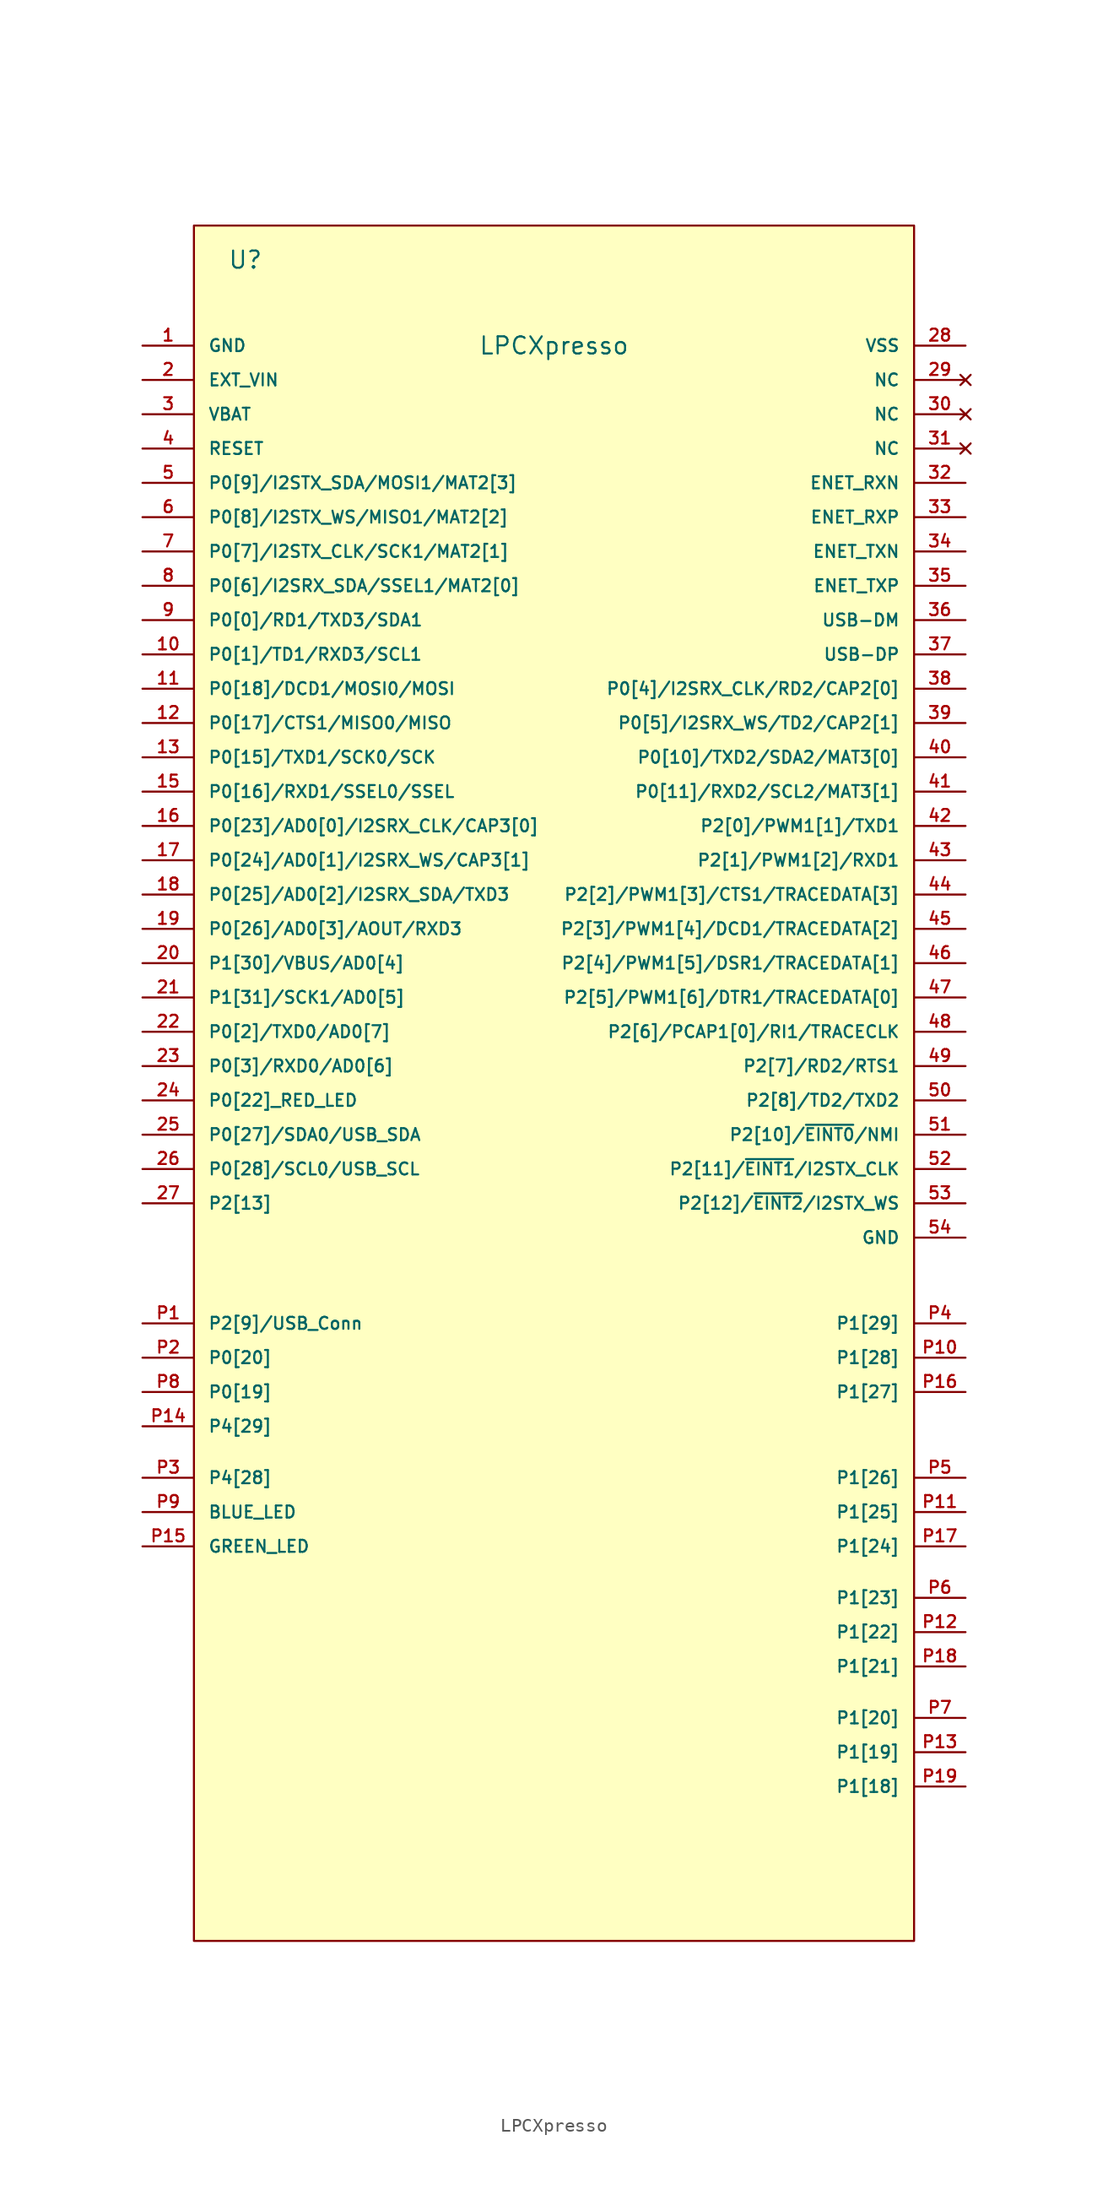
<source format=kicad_sym>
(kicad_symbol_lib
  (version 20211014)
  (generator kicad_symbol_editor)
  (symbol "LPCXpresso"
    (pin_names
      (offset 1.016))
    (property "Reference" "U"
      (at -22.86 66.04 0)
      (effects (font (size 1.27 1.27))))
    (property "Value" "LPCXpresso"
      (at 0 59.69 0)
      (effects (font (size 1.27 1.27))))
    (symbol "LPCXpresso_0_1"
      (rectangle (start -26.67 68.58) (end 26.67 -58.42) (stroke (width 0) (type default) (color 0 0 0 0)) (fill (type background))))
    (symbol "LPCXpresso_1_1"
      (pin output line (at -30.48 59.69 0) (length 3.81) (name "GND" (effects (font (size 0.889 0.889)))) (number "1" (effects (font (size 0.889 0.889)))))
      (pin bidirectional line (at -30.48 36.83 0) (length 3.81) (name "P0[1]/TD1/RXD3/SCL1" (effects (font (size 0.889 0.889)))) (number "10" (effects (font (size 0.889 0.889)))))
      (pin bidirectional line (at -30.48 34.29 0) (length 3.81) (name "P0[18]/DCD1/MOSI0/MOSI" (effects (font (size 0.889 0.889)))) (number "11" (effects (font (size 0.889 0.889)))))
      (pin bidirectional line (at -30.48 31.75 0) (length 3.81) (name "P0[17]/CTS1/MISO0/MISO" (effects (font (size 0.889 0.889)))) (number "12" (effects (font (size 0.889 0.889)))))
      (pin bidirectional line (at -30.48 29.21 0) (length 3.81) (name "P0[15]/TXD1/SCK0/SCK" (effects (font (size 0.889 0.889)))) (number "13" (effects (font (size 0.889 0.889)))))
      (pin bidirectional line (at -30.48 26.67 0) (length 3.81) (name "P0[16]/RXD1/SSEL0/SSEL" (effects (font (size 0.889 0.889)))) (number "15" (effects (font (size 0.889 0.889)))))
      (pin bidirectional line (at -30.48 24.13 0) (length 3.81) (name "P0[23]/AD0[0]/I2SRX_CLK/CAP3[0]" (effects (font (size 0.889 0.889)))) (number "16" (effects (font (size 0.889 0.889)))))
      (pin bidirectional line (at -30.48 21.59 0) (length 3.81) (name "P0[24]/AD0[1]/I2SRX_WS/CAP3[1]" (effects (font (size 0.889 0.889)))) (number "17" (effects (font (size 0.889 0.889)))))
      (pin bidirectional line (at -30.48 19.05 0) (length 3.81) (name "P0[25]/AD0[2]/I2SRX_SDA/TXD3" (effects (font (size 0.889 0.889)))) (number "18" (effects (font (size 0.889 0.889)))))
      (pin bidirectional line (at -30.48 16.51 0) (length 3.81) (name "P0[26]/AD0[3]/AOUT/RXD3" (effects (font (size 0.889 0.889)))) (number "19" (effects (font (size 0.889 0.889)))))
      (pin output line (at -30.48 57.15 0) (length 3.81) (name "EXT_VIN" (effects (font (size 0.889 0.889)))) (number "2" (effects (font (size 0.889 0.889)))))
      (pin bidirectional line (at -30.48 13.97 0) (length 3.81) (name "P1[30]/VBUS/AD0[4]" (effects (font (size 0.889 0.889)))) (number "20" (effects (font (size 0.889 0.889)))))
      (pin bidirectional line (at -30.48 11.43 0) (length 3.81) (name "P1[31]/SCK1/AD0[5]" (effects (font (size 0.889 0.889)))) (number "21" (effects (font (size 0.889 0.889)))))
      (pin bidirectional line (at -30.48 8.89 0) (length 3.81) (name "P0[2]/TXD0/AD0[7]" (effects (font (size 0.889 0.889)))) (number "22" (effects (font (size 0.889 0.889)))))
      (pin bidirectional line (at -30.48 6.35 0) (length 3.81) (name "P0[3]/RXD0/AD0[6]" (effects (font (size 0.889 0.889)))) (number "23" (effects (font (size 0.889 0.889)))))
      (pin bidirectional line (at -30.48 3.81 0) (length 3.81) (name "P0[22]_RED_LED" (effects (font (size 0.889 0.889)))) (number "24" (effects (font (size 0.889 0.889)))))
      (pin bidirectional line (at -30.48 1.27 0) (length 3.81) (name "P0[27]/SDA0/USB_SDA" (effects (font (size 0.889 0.889)))) (number "25" (effects (font (size 0.889 0.889)))))
      (pin bidirectional line (at -30.48 -1.27 0) (length 3.81) (name "P0[28]/SCL0/USB_SCL" (effects (font (size 0.889 0.889)))) (number "26" (effects (font (size 0.889 0.889)))))
      (pin input line (at -30.48 -3.81 0) (length 3.81) (name "P2[13]" (effects (font (size 0.889 0.889)))) (number "27" (effects (font (size 0.889 0.889)))))
      (pin power_in line (at 30.48 59.69 180) (length 3.81) (name "VSS" (effects (font (size 0.889 0.889)))) (number "28" (effects (font (size 0.889 0.889)))))
      (pin no_connect line (at 30.48 57.15 180) (length 3.81) (name "NC" (effects (font (size 0.889 0.889)))) (number "29" (effects (font (size 0.889 0.889)))))
      (pin input line (at -30.48 54.61 0) (length 3.81) (name "VBAT" (effects (font (size 0.889 0.889)))) (number "3" (effects (font (size 0.889 0.889)))))
      (pin no_connect line (at 30.48 54.61 180) (length 3.81) (name "NC" (effects (font (size 0.889 0.889)))) (number "30" (effects (font (size 0.889 0.889)))))
      (pin no_connect line (at 30.48 52.07 180) (length 3.81) (name "NC" (effects (font (size 0.889 0.889)))) (number "31" (effects (font (size 0.889 0.889)))))
      (pin bidirectional line (at 30.48 49.53 180) (length 3.81) (name "ENET_RXN" (effects (font (size 0.889 0.889)))) (number "32" (effects (font (size 0.889 0.889)))))
      (pin bidirectional line (at 30.48 46.99 180) (length 3.81) (name "ENET_RXP" (effects (font (size 0.889 0.889)))) (number "33" (effects (font (size 0.889 0.889)))))
      (pin bidirectional line (at 30.48 44.45 180) (length 3.81) (name "ENET_TXN" (effects (font (size 0.889 0.889)))) (number "34" (effects (font (size 0.889 0.889)))))
      (pin bidirectional line (at 30.48 41.91 180) (length 3.81) (name "ENET_TXP" (effects (font (size 0.889 0.889)))) (number "35" (effects (font (size 0.889 0.889)))))
      (pin bidirectional line (at 30.48 39.37 180) (length 3.81) (name "USB-DM" (effects (font (size 0.889 0.889)))) (number "36" (effects (font (size 0.889 0.889)))))
      (pin bidirectional line (at 30.48 36.83 180) (length 3.81) (name "USB-DP" (effects (font (size 0.889 0.889)))) (number "37" (effects (font (size 0.889 0.889)))))
      (pin bidirectional line (at 30.48 34.29 180) (length 3.81) (name "P0[4]/I2SRX_CLK/RD2/CAP2[0]" (effects (font (size 0.889 0.889)))) (number "38" (effects (font (size 0.889 0.889)))))
      (pin bidirectional line (at 30.48 31.75 180) (length 3.81) (name "P0[5]/I2SRX_WS/TD2/CAP2[1]" (effects (font (size 0.889 0.889)))) (number "39" (effects (font (size 0.889 0.889)))))
      (pin bidirectional line (at -30.48 52.07 0) (length 3.81) (name "RESET" (effects (font (size 0.889 0.889)))) (number "4" (effects (font (size 0.889 0.889)))))
      (pin bidirectional line (at 30.48 29.21 180) (length 3.81) (name "P0[10]/TXD2/SDA2/MAT3[0]" (effects (font (size 0.889 0.889)))) (number "40" (effects (font (size 0.889 0.889)))))
      (pin bidirectional line (at 30.48 26.67 180) (length 3.81) (name "P0[11]/RXD2/SCL2/MAT3[1]" (effects (font (size 0.889 0.889)))) (number "41" (effects (font (size 0.889 0.889)))))
      (pin bidirectional line (at 30.48 24.13 180) (length 3.81) (name "P2[0]/PWM1[1]/TXD1" (effects (font (size 0.889 0.889)))) (number "42" (effects (font (size 0.889 0.889)))))
      (pin bidirectional line (at 30.48 21.59 180) (length 3.81) (name "P2[1]/PWM1[2]/RXD1" (effects (font (size 0.889 0.889)))) (number "43" (effects (font (size 0.889 0.889)))))
      (pin bidirectional line (at 30.48 19.05 180) (length 3.81) (name "P2[2]/PWM1[3]/CTS1/TRACEDATA[3]" (effects (font (size 0.889 0.889)))) (number "44" (effects (font (size 0.889 0.889)))))
      (pin bidirectional line (at 30.48 16.51 180) (length 3.81) (name "P2[3]/PWM1[4]/DCD1/TRACEDATA[2]" (effects (font (size 0.889 0.889)))) (number "45" (effects (font (size 0.889 0.889)))))
      (pin bidirectional line (at 30.48 13.97 180) (length 3.81) (name "P2[4]/PWM1[5]/DSR1/TRACEDATA[1]" (effects (font (size 0.889 0.889)))) (number "46" (effects (font (size 0.889 0.889)))))
      (pin bidirectional line (at 30.48 11.43 180) (length 3.81) (name "P2[5]/PWM1[6]/DTR1/TRACEDATA[0]" (effects (font (size 0.889 0.889)))) (number "47" (effects (font (size 0.889 0.889)))))
      (pin bidirectional line (at 30.48 8.89 180) (length 3.81) (name "P2[6]/PCAP1[0]/RI1/TRACECLK" (effects (font (size 0.889 0.889)))) (number "48" (effects (font (size 0.889 0.889)))))
      (pin bidirectional line (at 30.48 6.35 180) (length 3.81) (name "P2[7]/RD2/RTS1" (effects (font (size 0.889 0.889)))) (number "49" (effects (font (size 0.889 0.889)))))
      (pin bidirectional line (at -30.48 49.53 0) (length 3.81) (name "P0[9]/I2STX_SDA/MOSI1/MAT2[3]" (effects (font (size 0.889 0.889)))) (number "5" (effects (font (size 0.889 0.889)))))
      (pin bidirectional line (at 30.48 3.81 180) (length 3.81) (name "P2[8]/TD2/TXD2" (effects (font (size 0.889 0.889)))) (number "50" (effects (font (size 0.889 0.889)))))
      (pin bidirectional line (at 30.48 1.27 180) (length 3.81) (name "P2[10]/~{EINT0}/NMI" (effects (font (size 0.889 0.889)))) (number "51" (effects (font (size 0.889 0.889)))))
      (pin bidirectional line (at 30.48 -1.27 180) (length 3.81) (name "P2[11]/~{EINT1}/I2STX_CLK" (effects (font (size 0.889 0.889)))) (number "52" (effects (font (size 0.889 0.889)))))
      (pin bidirectional line (at 30.48 -3.81 180) (length 3.81) (name "P2[12]/~{EINT2}/I2STX_WS" (effects (font (size 0.889 0.889)))) (number "53" (effects (font (size 0.889 0.889)))))
      (pin bidirectional line (at 30.48 -6.35 180) (length 3.81) (name "GND" (effects (font (size 0.889 0.889)))) (number "54" (effects (font (size 0.889 0.889)))))
      (pin bidirectional line (at -30.48 46.99 0) (length 3.81) (name "P0[8]/I2STX_WS/MISO1/MAT2[2]" (effects (font (size 0.889 0.889)))) (number "6" (effects (font (size 0.889 0.889)))))
      (pin bidirectional line (at -30.48 44.45 0) (length 3.81) (name "P0[7]/I2STX_CLK/SCK1/MAT2[1]" (effects (font (size 0.889 0.889)))) (number "7" (effects (font (size 0.889 0.889)))))
      (pin bidirectional line (at -30.48 41.91 0) (length 3.81) (name "P0[6]/I2SRX_SDA/SSEL1/MAT2[0]" (effects (font (size 0.889 0.889)))) (number "8" (effects (font (size 0.889 0.889)))))
      (pin bidirectional line (at -30.48 39.37 0) (length 3.81) (name "P0[0]/RD1/TXD3/SDA1" (effects (font (size 0.889 0.889)))) (number "9" (effects (font (size 0.889 0.889)))))
      (pin bidirectional line (at -30.48 -12.7 0) (length 3.81) (name "P2[9]/USB_Conn" (effects (font (size 0.889 0.889)))) (number "P1" (effects (font (size 0.889 0.889)))))
      (pin bidirectional line (at 30.48 -15.24 180) (length 3.81) (name "P1[28]" (effects (font (size 0.889 0.889)))) (number "P10" (effects (font (size 0.889 0.889)))))
      (pin power_in line (at 30.48 -26.67 180) (length 3.81) (name "P1[25]" (effects (font (size 0.889 0.889)))) (number "P11" (effects (font (size 0.889 0.889)))))
      (pin power_in line (at 30.48 -35.56 180) (length 3.81) (name "P1[22]" (effects (font (size 0.889 0.889)))) (number "P12" (effects (font (size 0.889 0.889)))))
      (pin power_in line (at 30.48 -44.45 180) (length 3.81) (name "P1[19]" (effects (font (size 0.889 0.889)))) (number "P13" (effects (font (size 0.889 0.889)))))
      (pin power_in line (at -30.48 -20.32 0) (length 3.81) (name "P4[29]" (effects (font (size 0.889 0.889)))) (number "P14" (effects (font (size 0.889 0.889)))))
      (pin power_in line (at -30.48 -29.21 0) (length 3.81) (name "GREEN_LED" (effects (font (size 0.889 0.889)))) (number "P15" (effects (font (size 0.889 0.889)))))
      (pin bidirectional line (at 30.48 -17.78 180) (length 3.81) (name "P1[27]" (effects (font (size 0.889 0.889)))) (number "P16" (effects (font (size 0.889 0.889)))))
      (pin power_in line (at 30.48 -29.21 180) (length 3.81) (name "P1[24]" (effects (font (size 0.889 0.889)))) (number "P17" (effects (font (size 0.889 0.889)))))
      (pin power_in line (at 30.48 -38.1 180) (length 3.81) (name "P1[21]" (effects (font (size 0.889 0.889)))) (number "P18" (effects (font (size 0.889 0.889)))))
      (pin power_in line (at 30.48 -46.99 180) (length 3.81) (name "P1[18]" (effects (font (size 0.889 0.889)))) (number "P19" (effects (font (size 0.889 0.889)))))
      (pin bidirectional line (at -30.48 -15.24 0) (length 3.81) (name "P0[20]" (effects (font (size 0.889 0.889)))) (number "P2" (effects (font (size 0.889 0.889)))))
      (pin power_in line (at -30.48 -24.13 0) (length 3.81) (name "P4[28]" (effects (font (size 0.889 0.889)))) (number "P3" (effects (font (size 0.889 0.889)))))
      (pin bidirectional line (at 30.48 -12.7 180) (length 3.81) (name "P1[29]" (effects (font (size 0.889 0.889)))) (number "P4" (effects (font (size 0.889 0.889)))))
      (pin power_in line (at 30.48 -24.13 180) (length 3.81) (name "P1[26]" (effects (font (size 0.889 0.889)))) (number "P5" (effects (font (size 0.889 0.889)))))
      (pin power_in line (at 30.48 -33.02 180) (length 3.81) (name "P1[23]" (effects (font (size 0.889 0.889)))) (number "P6" (effects (font (size 0.889 0.889)))))
      (pin power_in line (at 30.48 -41.91 180) (length 3.81) (name "P1[20]" (effects (font (size 0.889 0.889)))) (number "P7" (effects (font (size 0.889 0.889)))))
      (pin bidirectional line (at -30.48 -17.78 0) (length 3.81) (name "P0[19]" (effects (font (size 0.889 0.889)))) (number "P8" (effects (font (size 0.889 0.889)))))
      (pin power_in line (at -30.48 -26.67 0) (length 3.81) (name "BLUE_LED" (effects (font (size 0.889 0.889)))) (number "P9" (effects (font (size 0.889 0.889))))))))
</source>
